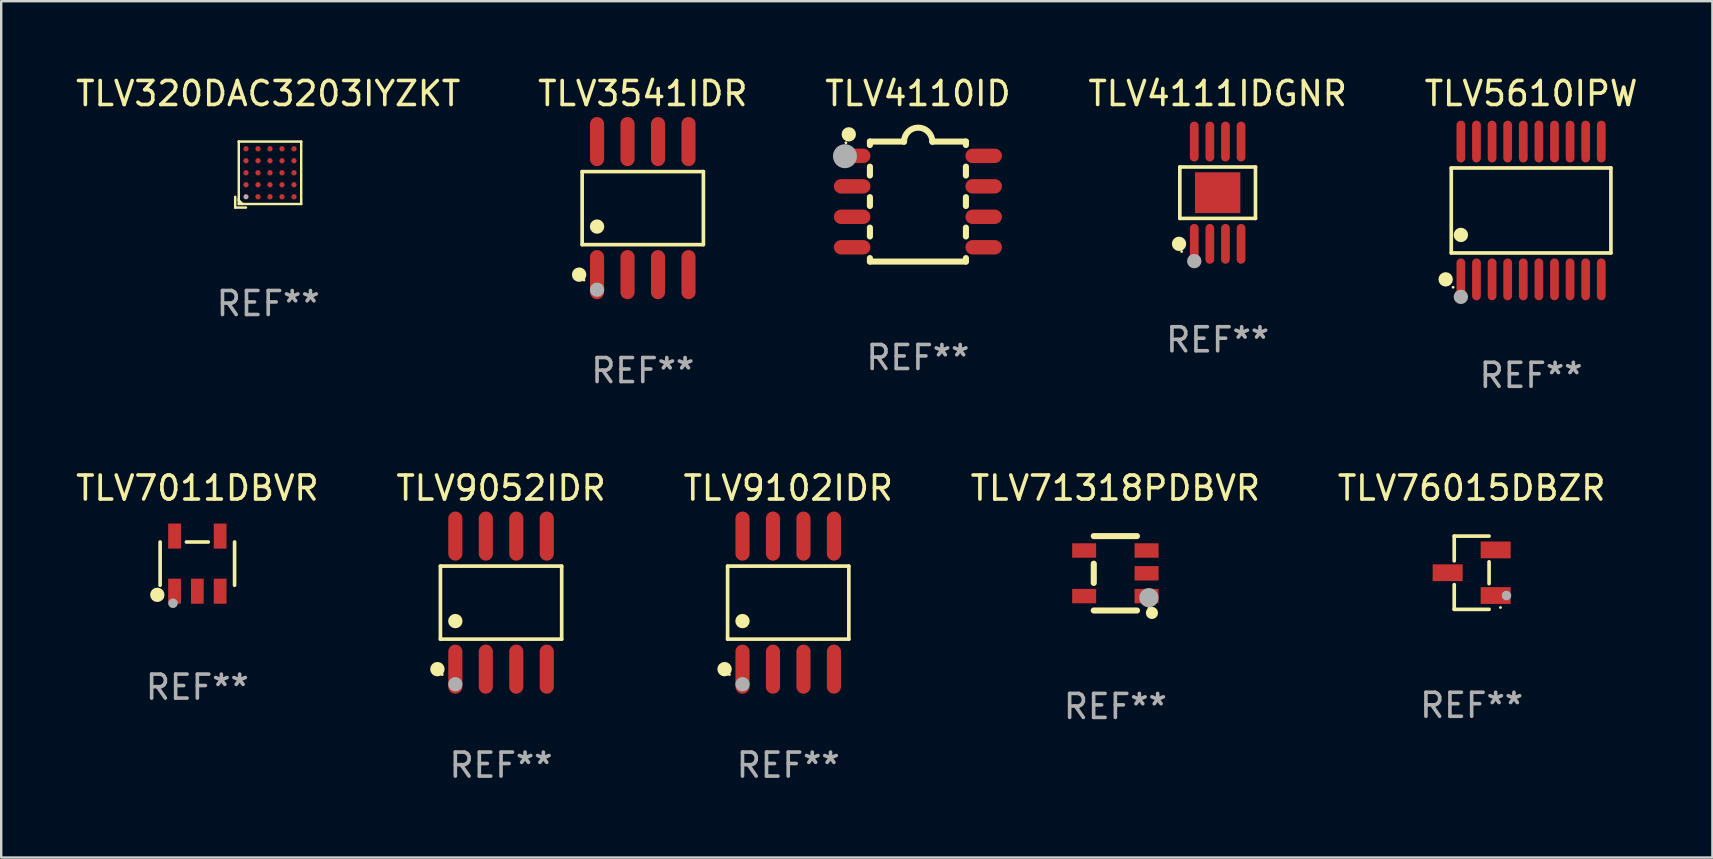
<source format=kicad_pcb>
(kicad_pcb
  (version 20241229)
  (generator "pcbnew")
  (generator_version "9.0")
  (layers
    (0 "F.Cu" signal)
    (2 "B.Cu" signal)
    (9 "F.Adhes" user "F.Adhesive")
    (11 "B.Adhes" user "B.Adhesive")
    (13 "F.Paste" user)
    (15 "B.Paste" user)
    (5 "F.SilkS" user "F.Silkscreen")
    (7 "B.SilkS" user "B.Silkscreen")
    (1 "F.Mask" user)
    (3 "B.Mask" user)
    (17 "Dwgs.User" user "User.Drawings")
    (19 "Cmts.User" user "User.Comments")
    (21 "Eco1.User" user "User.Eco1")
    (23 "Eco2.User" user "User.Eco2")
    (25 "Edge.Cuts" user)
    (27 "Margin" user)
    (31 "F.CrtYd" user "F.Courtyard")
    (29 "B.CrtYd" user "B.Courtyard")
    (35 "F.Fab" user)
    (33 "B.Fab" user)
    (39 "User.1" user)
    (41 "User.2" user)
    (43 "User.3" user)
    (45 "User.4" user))
  (footprint "TLV76015DBZR"
    (layer "F.Cu")
    (at 58.268 20.813)
    (property "Reference" "TLV76015DBZR" (at 0 -3.526 0) (layer "F.SilkS") (effects (font (size 1 1) (thickness 0.15))))
    (attr through_hole)
    (fp_line (start -0.726 -1.526) (end -0.726 -0.495) (stroke (width 0.152) (type solid)) (layer "F.SilkS"))
    (fp_line (start -0.726 1.526) (end -0.726 0.495) (stroke (width 0.152) (type solid)) (layer "F.SilkS"))
    (fp_line (start 0.726 -1.526) (end -0.726 -1.526) (stroke (width 0.152) (type solid)) (layer "F.SilkS"))
    (fp_line (start 0.726 -0.455) (end 0.726 0.455) (stroke (width 0.152) (type solid)) (layer "F.SilkS"))
    (fp_line (start 0.726 1.526) (end -0.726 1.526) (stroke (width 0.152) (type solid)) (layer "F.SilkS"))
    (fp_circle (center 1.2 1.45) (end 1.23 1.45) (stroke (width 0.06) (type solid)) (fill no) (layer "F.SilkS"))
    (fp_circle (center 1.45 0.95) (end 1.55 0.95) (stroke (width 0.2) (type solid)) (fill no) (layer "F.Fab"))
    (fp_text user "REF**" (at 0 5.526 0) (layer "F.Fab") (effects (font (size 1 1) (thickness 0.15))))
    (pad "1" smd rect (at 1 0.95) (size 1.25 0.7) (layers "F.Cu" "F.Mask" "F.Paste"))
    (pad "2" smd rect (at 1 -0.95) (size 1.25 0.7) (layers "F.Cu" "F.Mask" "F.Paste"))
    (pad "3" smd rect (at -1 0) (size 1.25 0.7) (layers "F.Cu" "F.Mask" "F.Paste")))
  (footprint "TLV5610IPW"
    (layer "F.Cu")
    (at 60.744 5.719)
    (property "Reference" "TLV5610IPW" (at 0 -4.871 0) (layer "F.SilkS") (effects (font (size 1 1) (thickness 0.15))))
    (attr through_hole)
    (fp_line (start -3.326 -1.771) (end 3.326 -1.771) (stroke (width 0.152) (type solid)) (layer "F.SilkS"))
    (fp_line (start -3.326 1.771) (end -3.326 -1.771) (stroke (width 0.152) (type solid)) (layer "F.SilkS"))
    (fp_line (start 3.326 -1.771) (end 3.326 1.771) (stroke (width 0.152) (type solid)) (layer "F.SilkS"))
    (fp_line (start 3.326 1.771) (end -3.326 1.771) (stroke (width 0.152) (type solid)) (layer "F.SilkS"))
    (fp_circle (center -3.559 2.871) (end -3.409 2.871) (stroke (width 0.3) (type solid)) (fill no) (layer "F.SilkS"))
    (fp_circle (center -3.25 3.2) (end -3.22 3.2) (stroke (width 0.06) (type solid)) (fill no) (layer "F.SilkS"))
    (fp_circle (center -2.925 1.019) (end -2.775 1.019) (stroke (width 0.3) (type solid)) (fill no) (layer "F.SilkS"))
    (fp_circle (center -2.925 3.6) (end -2.775 3.6) (stroke (width 0.3) (type solid)) (fill no) (layer "F.Fab"))
    (fp_text user "REF**" (at 0 6.871 0) (layer "F.Fab") (effects (font (size 1 1) (thickness 0.15))))
    (pad "1" smd oval (at -2.925 2.871) (size 0.364 1.742) (layers "F.Cu" "F.Mask" "F.Paste"))
    (pad "2" smd oval (at -2.275 2.871) (size 0.364 1.742) (layers "F.Cu" "F.Mask" "F.Paste"))
    (pad "3" smd oval (at -1.625 2.871) (size 0.364 1.742) (layers "F.Cu" "F.Mask" "F.Paste"))
    (pad "4" smd oval (at -0.975 2.871) (size 0.364 1.742) (layers "F.Cu" "F.Mask" "F.Paste"))
    (pad "5" smd oval (at -0.325 2.871) (size 0.364 1.742) (layers "F.Cu" "F.Mask" "F.Paste"))
    (pad "6" smd oval (at 0.325 2.871) (size 0.364 1.742) (layers "F.Cu" "F.Mask" "F.Paste"))
    (pad "7" smd oval (at 0.975 2.871) (size 0.364 1.742) (layers "F.Cu" "F.Mask" "F.Paste"))
    (pad "8" smd oval (at 1.625 2.871) (size 0.364 1.742) (layers "F.Cu" "F.Mask" "F.Paste"))
    (pad "9" smd oval (at 2.275 2.871) (size 0.364 1.742) (layers "F.Cu" "F.Mask" "F.Paste"))
    (pad "10" smd oval (at 2.925 2.871) (size 0.364 1.742) (layers "F.Cu" "F.Mask" "F.Paste"))
    (pad "11" smd oval (at 2.925 -2.871) (size 0.364 1.742) (layers "F.Cu" "F.Mask" "F.Paste"))
    (pad "12" smd oval (at 2.275 -2.871) (size 0.364 1.742) (layers "F.Cu" "F.Mask" "F.Paste"))
    (pad "13" smd oval (at 1.625 -2.871) (size 0.364 1.742) (layers "F.Cu" "F.Mask" "F.Paste"))
    (pad "14" smd oval (at 0.975 -2.871) (size 0.364 1.742) (layers "F.Cu" "F.Mask" "F.Paste"))
    (pad "15" smd oval (at 0.325 -2.871) (size 0.364 1.742) (layers "F.Cu" "F.Mask" "F.Paste"))
    (pad "16" smd oval (at -0.325 -2.871) (size 0.364 1.742) (layers "F.Cu" "F.Mask" "F.Paste"))
    (pad "17" smd oval (at -0.975 -2.871) (size 0.364 1.742) (layers "F.Cu" "F.Mask" "F.Paste"))
    (pad "18" smd oval (at -1.625 -2.871) (size 0.364 1.742) (layers "F.Cu" "F.Mask" "F.Paste"))
    (pad "19" smd oval (at -2.275 -2.871) (size 0.364 1.742) (layers "F.Cu" "F.Mask" "F.Paste"))
    (pad "20" smd oval (at -2.925 -2.871) (size 0.364 1.742) (layers "F.Cu" "F.Mask" "F.Paste")))
  (footprint "TLV3541IDR"
    (layer "F.Cu")
    (at 23.732 5.621)
    (property "Reference" "TLV3541IDR" (at 0 -4.772 0) (layer "F.SilkS") (effects (font (size 1 1) (thickness 0.15))))
    (attr through_hole)
    (fp_line (start -2.526 -1.521) (end 2.526 -1.521) (stroke (width 0.152) (type solid)) (layer "F.SilkS"))
    (fp_line (start -2.526 1.521) (end -2.526 -1.521) (stroke (width 0.152) (type solid)) (layer "F.SilkS"))
    (fp_line (start 2.526 -1.521) (end 2.526 1.521) (stroke (width 0.152) (type solid)) (layer "F.SilkS"))
    (fp_line (start 2.526 1.521) (end -2.526 1.521) (stroke (width 0.152) (type solid)) (layer "F.SilkS"))
    (fp_circle (center -2.652 2.772) (end -2.501 2.772) (stroke (width 0.3) (type solid)) (fill no) (layer "F.SilkS"))
    (fp_circle (center -2.45 3) (end -2.42 3) (stroke (width 0.06) (type solid)) (fill no) (layer "F.SilkS"))
    (fp_circle (center -1.905 0.769) (end -1.755 0.769) (stroke (width 0.3) (type solid)) (fill no) (layer "F.SilkS"))
    (fp_circle (center -1.905 3.4) (end -1.755 3.4) (stroke (width 0.3) (type solid)) (fill no) (layer "F.Fab"))
    (fp_text user "REF**" (at 0 6.772 0) (layer "F.Fab") (effects (font (size 1 1) (thickness 0.15))))
    (pad "1" smd oval (at -1.905 2.772) (size 0.588 2.045) (layers "F.Cu" "F.Mask" "F.Paste"))
    (pad "2" smd oval (at -0.635 2.772) (size 0.588 2.045) (layers "F.Cu" "F.Mask" "F.Paste"))
    (pad "3" smd oval (at 0.635 2.772) (size 0.588 2.045) (layers "F.Cu" "F.Mask" "F.Paste"))
    (pad "4" smd oval (at 1.905 2.772) (size 0.588 2.045) (layers "F.Cu" "F.Mask" "F.Paste"))
    (pad "5" smd oval (at 1.905 -2.772) (size 0.588 2.045) (layers "F.Cu" "F.Mask" "F.Paste"))
    (pad "6" smd oval (at 0.635 -2.772) (size 0.588 2.045) (layers "F.Cu" "F.Mask" "F.Paste"))
    (pad "7" smd oval (at -0.635 -2.772) (size 0.588 2.045) (layers "F.Cu" "F.Mask" "F.Paste"))
    (pad "8" smd oval (at -1.905 -2.772) (size 0.588 2.045) (layers "F.Cu" "F.Mask" "F.Paste")))
  (footprint "TLV320DAC3203IYZKT"
    (layer "F.Cu")
    (at 8.125 4.224)
    (property "Reference" "TLV320DAC3203IYZKT" (at 0 -3.375 0) (layer "F.SilkS") (effects (font (size 1 1) (thickness 0.15))))
    (attr through_hole)
    (fp_line (start -1.375 0.925) (end -1.375 1.375) (stroke (width 0.102) (type solid)) (layer "F.SilkS"))
    (fp_line (start -1.375 1.375) (end -0.925 1.375) (stroke (width 0.102) (type solid)) (layer "F.SilkS"))
    (fp_line (start -1.226 -1.375) (end -1.226 -1.375) (stroke (width 0.102) (type solid)) (layer "F.SilkS"))
    (fp_line (start -1.226 -1.375) (end 1.375 -1.375) (stroke (width 0.102) (type solid)) (layer "F.SilkS"))
    (fp_line (start -1.226 1.002) (end -1.226 1.073) (stroke (width 0.102) (type solid)) (layer "F.SilkS"))
    (fp_line (start -1.226 1.073) (end -1.073 1.226) (stroke (width 0.102) (type solid)) (layer "F.SilkS"))
    (fp_line (start -1.226 1.226) (end -1.226 -1.375) (stroke (width 0.102) (type solid)) (layer "F.SilkS"))
    (fp_line (start 1.375 -1.375) (end 1.375 1.226) (stroke (width 0.102) (type solid)) (layer "F.SilkS"))
    (fp_line (start 1.375 1.226) (end -1.226 1.226) (stroke (width 0.102) (type solid)) (layer "F.SilkS"))
    (fp_circle (center -1.175 1.176) (end -1.145 1.176) (stroke (width 0.06) (type solid)) (fill no) (layer "F.SilkS"))
    (fp_circle (center -0.925 0.925) (end -0.875 0.925) (stroke (width 0.1) (type solid)) (fill no) (layer "F.Fab"))
    (fp_text user "REF**" (at 0 5.375 0) (layer "F.Fab") (effects (font (size 1 1) (thickness 0.15))))
    (pad "A1" smd circle (at -0.925 0.925) (size 0.22 0.22) (layers "F.Cu" "F.Mask" "F.Paste"))
    (pad "A2" smd circle (at -0.925 0.425) (size 0.22 0.22) (layers "F.Cu" "F.Mask" "F.Paste"))
    (pad "A3" smd circle (at -0.925 -0.075) (size 0.22 0.22) (layers "F.Cu" "F.Mask" "F.Paste"))
    (pad "A4" smd circle (at -0.925 -0.575) (size 0.22 0.22) (layers "F.Cu" "F.Mask" "F.Paste"))
    (pad "A5" smd circle (at -0.925 -1.075) (size 0.22 0.22) (layers "F.Cu" "F.Mask" "F.Paste"))
    (pad "B1" smd circle (at -0.425 0.925) (size 0.22 0.22) (layers "F.Cu" "F.Mask" "F.Paste"))
    (pad "B2" smd circle (at -0.425 0.425) (size 0.22 0.22) (layers "F.Cu" "F.Mask" "F.Paste"))
    (pad "B3" smd circle (at -0.425 -0.075) (size 0.22 0.22) (layers "F.Cu" "F.Mask" "F.Paste"))
    (pad "B4" smd circle (at -0.425 -0.575) (size 0.22 0.22) (layers "F.Cu" "F.Mask" "F.Paste"))
    (pad "B5" smd circle (at -0.425 -1.075) (size 0.22 0.22) (layers "F.Cu" "F.Mask" "F.Paste"))
    (pad "C1" smd circle (at 0.075 0.925) (size 0.22 0.22) (layers "F.Cu" "F.Mask" "F.Paste"))
    (pad "C2" smd circle (at 0.075 0.425) (size 0.22 0.22) (layers "F.Cu" "F.Mask" "F.Paste"))
    (pad "C3" smd circle (at 0.075 -0.075) (size 0.22 0.22) (layers "F.Cu" "F.Mask" "F.Paste"))
    (pad "C4" smd circle (at 0.075 -0.575) (size 0.22 0.22) (layers "F.Cu" "F.Mask" "F.Paste"))
    (pad "C5" smd circle (at 0.075 -1.075) (size 0.22 0.22) (layers "F.Cu" "F.Mask" "F.Paste"))
    (pad "D1" smd circle (at 0.575 0.925) (size 0.22 0.22) (layers "F.Cu" "F.Mask" "F.Paste"))
    (pad "D2" smd circle (at 0.575 0.425) (size 0.22 0.22) (layers "F.Cu" "F.Mask" "F.Paste"))
    (pad "D3" smd circle (at 0.575 -0.075) (size 0.22 0.22) (layers "F.Cu" "F.Mask" "F.Paste"))
    (pad "D4" smd circle (at 0.575 -0.575) (size 0.22 0.22) (layers "F.Cu" "F.Mask" "F.Paste"))
    (pad "D5" smd circle (at 0.575 -1.075) (size 0.22 0.22) (layers "F.Cu" "F.Mask" "F.Paste"))
    (pad "E1" smd circle (at 1.075 0.925) (size 0.22 0.22) (layers "F.Cu" "F.Mask" "F.Paste"))
    (pad "E2" smd circle (at 1.075 0.425) (size 0.22 0.22) (layers "F.Cu" "F.Mask" "F.Paste"))
    (pad "E3" smd circle (at 1.075 -0.075) (size 0.22 0.22) (layers "F.Cu" "F.Mask" "F.Paste"))
    (pad "E4" smd circle (at 1.075 -0.575) (size 0.22 0.22) (layers "F.Cu" "F.Mask" "F.Paste"))
    (pad "E5" smd circle (at 1.075 -1.075) (size 0.22 0.22) (layers "F.Cu" "F.Mask" "F.Paste")))
  (footprint "TLV9052IDR"
    (layer "F.Cu")
    (at 17.827 22.059)
    (property "Reference" "TLV9052IDR" (at 0 -4.772 0) (layer "F.SilkS") (effects (font (size 1 1) (thickness 0.15))))
    (attr through_hole)
    (fp_line (start -2.526 -1.521) (end 2.526 -1.521) (stroke (width 0.152) (type solid)) (layer "F.SilkS"))
    (fp_line (start -2.526 1.521) (end -2.526 -1.521) (stroke (width 0.152) (type solid)) (layer "F.SilkS"))
    (fp_line (start 2.526 -1.521) (end 2.526 1.521) (stroke (width 0.152) (type solid)) (layer "F.SilkS"))
    (fp_line (start 2.526 1.521) (end -2.526 1.521) (stroke (width 0.152) (type solid)) (layer "F.SilkS"))
    (fp_circle (center -2.652 2.772) (end -2.501 2.772) (stroke (width 0.3) (type solid)) (fill no) (layer "F.SilkS"))
    (fp_circle (center -2.45 3) (end -2.42 3) (stroke (width 0.06) (type solid)) (fill no) (layer "F.SilkS"))
    (fp_circle (center -1.905 0.769) (end -1.755 0.769) (stroke (width 0.3) (type solid)) (fill no) (layer "F.SilkS"))
    (fp_circle (center -1.905 3.4) (end -1.755 3.4) (stroke (width 0.3) (type solid)) (fill no) (layer "F.Fab"))
    (fp_text user "REF**" (at 0 6.772 0) (layer "F.Fab") (effects (font (size 1 1) (thickness 0.15))))
    (pad "1" smd oval (at -1.905 2.772) (size 0.588 2.045) (layers "F.Cu" "F.Mask" "F.Paste"))
    (pad "2" smd oval (at -0.635 2.772) (size 0.588 2.045) (layers "F.Cu" "F.Mask" "F.Paste"))
    (pad "3" smd oval (at 0.635 2.772) (size 0.588 2.045) (layers "F.Cu" "F.Mask" "F.Paste"))
    (pad "4" smd oval (at 1.905 2.772) (size 0.588 2.045) (layers "F.Cu" "F.Mask" "F.Paste"))
    (pad "5" smd oval (at 1.905 -2.772) (size 0.588 2.045) (layers "F.Cu" "F.Mask" "F.Paste"))
    (pad "6" smd oval (at 0.635 -2.772) (size 0.588 2.045) (layers "F.Cu" "F.Mask" "F.Paste"))
    (pad "7" smd oval (at -0.635 -2.772) (size 0.588 2.045) (layers "F.Cu" "F.Mask" "F.Paste"))
    (pad "8" smd oval (at -1.905 -2.772) (size 0.588 2.045) (layers "F.Cu" "F.Mask" "F.Paste")))
  (footprint "TLV4110ID"
    (layer "F.Cu")
    (at 35.196 5.348)
    (property "Reference" "TLV4110ID" (at 0 -4.5 0) (layer "F.SilkS") (effects (font (size 1 1) (thickness 0.15))))
    (attr through_hole)
    (fp_line (start -2 -2.5) (end -2 -2.356) (stroke (width 0.254) (type solid)) (layer "F.SilkS"))
    (fp_line (start -2 -1.454) (end -2 -1.086) (stroke (width 0.254) (type solid)) (layer "F.SilkS"))
    (fp_line (start -2 -0.184) (end -2 0.184) (stroke (width 0.254) (type solid)) (layer "F.SilkS"))
    (fp_line (start -2 1.086) (end -2 1.454) (stroke (width 0.254) (type solid)) (layer "F.SilkS"))
    (fp_line (start -2 2.356) (end -2 2.5) (stroke (width 0.254) (type solid)) (layer "F.SilkS"))
    (fp_line (start -0.58 -2.5) (end -2 -2.5) (stroke (width 0.254) (type solid)) (layer "F.SilkS"))
    (fp_line (start 2 -2.5) (end 0.6 -2.5) (stroke (width 0.254) (type solid)) (layer "F.SilkS"))
    (fp_line (start 2 -2.5) (end 2 -2.356) (stroke (width 0.254) (type solid)) (layer "F.SilkS"))
    (fp_line (start 2 -1.454) (end 2 -1.086) (stroke (width 0.254) (type solid)) (layer "F.SilkS"))
    (fp_line (start 2 -0.184) (end 2 0.184) (stroke (width 0.254) (type solid)) (layer "F.SilkS"))
    (fp_line (start 2 1.086) (end 2 1.454) (stroke (width 0.254) (type solid)) (layer "F.SilkS"))
    (fp_line (start 2 2.356) (end 2 2.5) (stroke (width 0.254) (type solid)) (layer "F.SilkS"))
    (fp_line (start 2 2.5) (end -2 2.5) (stroke (width 0.254) (type solid)) (layer "F.SilkS"))
    (fp_arc (start -0.579908 -2.489992) (mid 0.010097 -3.07831) (end 0.600102 -2.489992) (stroke (width 0.254001) (type solid)) (layer "F.SilkS"))
    (fp_circle (center -3 -2.45) (end -2.97 -2.45) (stroke (width 0.06) (type solid)) (fill no) (layer "F.SilkS"))
    (fp_circle (center -2.88 -2.8) (end -2.73 -2.8) (stroke (width 0.3) (type solid)) (fill no) (layer "F.SilkS"))
    (fp_circle (center -3.04 -1.89) (end -2.79 -1.89) (stroke (width 0.5) (type solid)) (fill no) (layer "F.Fab"))
    (fp_text user "REF**" (at 0 6.5 0) (layer "F.Fab") (effects (font (size 1 1) (thickness 0.15))))
    (pad "1" smd oval (at -2.74 -1.905 90) (size 0.6 1.52) (layers "F.Cu" "F.Mask" "F.Paste"))
    (pad "2" smd oval (at -2.74 -0.635 90) (size 0.6 1.52) (layers "F.Cu" "F.Mask" "F.Paste"))
    (pad "3" smd oval (at -2.74 0.635 90) (size 0.6 1.52) (layers "F.Cu" "F.Mask" "F.Paste"))
    (pad "4" smd oval (at -2.74 1.905 90) (size 0.6 1.52) (layers "F.Cu" "F.Mask" "F.Paste"))
    (pad "5" smd oval (at 2.74 1.905 90) (size 0.6 1.52) (layers "F.Cu" "F.Mask" "F.Paste"))
    (pad "6" smd oval (at 2.74 0.635 90) (size 0.6 1.52) (layers "F.Cu" "F.Mask" "F.Paste"))
    (pad "7" smd oval (at 2.74 -0.635 90) (size 0.6 1.52) (layers "F.Cu" "F.Mask" "F.Paste"))
    (pad "8" smd oval (at 2.74 -1.905 90) (size 0.6 1.52) (layers "F.Cu" "F.Mask" "F.Paste")))
  (footprint "TLV9102IDR"
    (layer "F.Cu")
    (at 29.792 22.059)
    (property "Reference" "TLV9102IDR" (at 0 -4.772 0) (layer "F.SilkS") (effects (font (size 1 1) (thickness 0.15))))
    (attr through_hole)
    (fp_line (start -2.526 -1.521) (end 2.526 -1.521) (stroke (width 0.152) (type solid)) (layer "F.SilkS"))
    (fp_line (start -2.526 1.521) (end -2.526 -1.521) (stroke (width 0.152) (type solid)) (layer "F.SilkS"))
    (fp_line (start 2.526 -1.521) (end 2.526 1.521) (stroke (width 0.152) (type solid)) (layer "F.SilkS"))
    (fp_line (start 2.526 1.521) (end -2.526 1.521) (stroke (width 0.152) (type solid)) (layer "F.SilkS"))
    (fp_circle (center -2.652 2.772) (end -2.501 2.772) (stroke (width 0.3) (type solid)) (fill no) (layer "F.SilkS"))
    (fp_circle (center -2.45 3) (end -2.42 3) (stroke (width 0.06) (type solid)) (fill no) (layer "F.SilkS"))
    (fp_circle (center -1.905 0.769) (end -1.755 0.769) (stroke (width 0.3) (type solid)) (fill no) (layer "F.SilkS"))
    (fp_circle (center -1.905 3.4) (end -1.755 3.4) (stroke (width 0.3) (type solid)) (fill no) (layer "F.Fab"))
    (fp_text user "REF**" (at 0 6.772 0) (layer "F.Fab") (effects (font (size 1 1) (thickness 0.15))))
    (pad "1" smd oval (at -1.905 2.772) (size 0.588 2.045) (layers "F.Cu" "F.Mask" "F.Paste"))
    (pad "2" smd oval (at -0.635 2.772) (size 0.588 2.045) (layers "F.Cu" "F.Mask" "F.Paste"))
    (pad "3" smd oval (at 0.635 2.772) (size 0.588 2.045) (layers "F.Cu" "F.Mask" "F.Paste"))
    (pad "4" smd oval (at 1.905 2.772) (size 0.588 2.045) (layers "F.Cu" "F.Mask" "F.Paste"))
    (pad "5" smd oval (at 1.905 -2.772) (size 0.588 2.045) (layers "F.Cu" "F.Mask" "F.Paste"))
    (pad "6" smd oval (at 0.635 -2.772) (size 0.588 2.045) (layers "F.Cu" "F.Mask" "F.Paste"))
    (pad "7" smd oval (at -0.635 -2.772) (size 0.588 2.045) (layers "F.Cu" "F.Mask" "F.Paste"))
    (pad "8" smd oval (at -1.905 -2.772) (size 0.588 2.045) (layers "F.Cu" "F.Mask" "F.Paste")))
  (footprint "TLV4111IDGNR"
    (layer "F.Cu")
    (at 47.685 4.979)
    (property "Reference" "TLV4111IDGNR" (at 0 -4.131 0) (layer "F.SilkS") (effects (font (size 1 1) (thickness 0.15))))
    (attr through_hole)
    (fp_line (start -1.576 -1.071) (end 1.576 -1.071) (stroke (width 0.152) (type solid)) (layer "F.SilkS"))
    (fp_line (start -1.576 1.071) (end -1.576 -1.071) (stroke (width 0.152) (type solid)) (layer "F.SilkS"))
    (fp_line (start 1.576 -1.071) (end 1.576 1.071) (stroke (width 0.152) (type solid)) (layer "F.SilkS"))
    (fp_line (start 1.576 1.071) (end -1.576 1.071) (stroke (width 0.152) (type solid)) (layer "F.SilkS"))
    (fp_circle (center -1.609 2.131) (end -1.459 2.131) (stroke (width 0.3) (type solid)) (fill no) (layer "F.SilkS"))
    (fp_circle (center -1.5 2.45) (end -1.47 2.45) (stroke (width 0.06) (type solid)) (fill no) (layer "F.SilkS"))
    (fp_circle (center -0.975 2.85) (end -0.825 2.85) (stroke (width 0.3) (type solid)) (fill no) (layer "F.Fab"))
    (fp_text user "REF**" (at 0 6.131 0) (layer "F.Fab") (effects (font (size 1 1) (thickness 0.15))))
    (pad "1" smd oval (at -0.975 2.131) (size 0.364 1.662) (layers "F.Cu" "F.Mask" "F.Paste"))
    (pad "2" smd oval (at -0.325 2.131) (size 0.364 1.662) (layers "F.Cu" "F.Mask" "F.Paste"))
    (pad "3" smd oval (at 0.325 2.131) (size 0.364 1.662) (layers "F.Cu" "F.Mask" "F.Paste"))
    (pad "4" smd oval (at 0.975 2.131) (size 0.364 1.662) (layers "F.Cu" "F.Mask" "F.Paste"))
    (pad "5" smd oval (at 0.975 -2.131) (size 0.364 1.662) (layers "F.Cu" "F.Mask" "F.Paste"))
    (pad "6" smd oval (at 0.325 -2.131) (size 0.364 1.662) (layers "F.Cu" "F.Mask" "F.Paste"))
    (pad "7" smd oval (at -0.325 -2.131) (size 0.364 1.662) (layers "F.Cu" "F.Mask" "F.Paste"))
    (pad "8" smd oval (at -0.975 -2.131) (size 0.364 1.662) (layers "F.Cu" "F.Mask" "F.Paste"))
    (pad "9" smd rect (at 0 0) (size 1.89 1.7) (layers "F.Cu" "F.Mask" "F.Paste")))
  (footprint "TLV7011DBVR"
    (layer "F.Cu")
    (at 5.173 20.434)
    (property "Reference" "TLV7011DBVR" (at 0 -3.148 0) (layer "F.SilkS") (effects (font (size 1 1) (thickness 0.15))))
    (attr through_hole)
    (fp_line (start -1.551 0.901) (end -1.551 -0.901) (stroke (width 0.152) (type solid)) (layer "F.SilkS"))
    (fp_line (start 0.455 -0.901) (end -0.455 -0.901) (stroke (width 0.152) (type solid)) (layer "F.SilkS"))
    (fp_line (start 1.551 0.901) (end 1.551 -0.901) (stroke (width 0.152) (type solid)) (layer "F.SilkS"))
    (fp_circle (center -1.668 1.3) (end -1.518 1.3) (stroke (width 0.3) (type solid)) (fill no) (layer "F.SilkS"))
    (fp_circle (center -1.45 1.4) (end -1.42 1.4) (stroke (width 0.06) (type solid)) (fill no) (layer "F.SilkS"))
    (fp_circle (center -1.016 1.651) (end -0.916 1.651) (stroke (width 0.2) (type solid)) (fill no) (layer "F.Fab"))
    (fp_text user "REF**" (at 0 5.148 0) (layer "F.Fab") (effects (font (size 1 1) (thickness 0.15))))
    (pad "1" smd rect (at -0.95 1.148) (size 0.532 1.045) (layers "F.Cu" "F.Mask" "F.Paste"))
    (pad "2" smd rect (at 0 1.148) (size 0.532 1.045) (layers "F.Cu" "F.Mask" "F.Paste"))
    (pad "3" smd rect (at 0.95 1.148) (size 0.532 1.045) (layers "F.Cu" "F.Mask" "F.Paste"))
    (pad "4" smd rect (at 0.95 -1.148) (size 0.532 1.045) (layers "F.Cu" "F.Mask" "F.Paste"))
    (pad "5" smd rect (at -0.95 -1.148) (size 0.532 1.045) (layers "F.Cu" "F.Mask" "F.Paste")))
  (footprint "TLV71318PDBVR"
    (layer "F.Cu")
    (at 43.423 20.837)
    (property "Reference" "TLV71318PDBVR" (at 0 -3.55 0) (layer "F.SilkS") (effects (font (size 1 1) (thickness 0.15))))
    (attr through_hole)
    (fp_line (start -0.9 -1.55) (end 0.9 -1.55) (stroke (width 0.254) (type solid)) (layer "F.SilkS"))
    (fp_line (start -0.9 0.4) (end -0.9 -0.4) (stroke (width 0.254) (type solid)) (layer "F.SilkS"))
    (fp_line (start -0.9 1.55) (end 0.9 1.55) (stroke (width 0.254) (type solid)) (layer "F.SilkS"))
    (fp_circle (center 1.4 1.45) (end 1.43 1.45) (stroke (width 0.06) (type solid)) (fill no) (layer "F.SilkS"))
    (fp_circle (center 1.524 1.651) (end 1.651 1.651) (stroke (width 0.254) (type solid)) (fill no) (layer "F.SilkS"))
    (fp_circle (center 1.397 1.016) (end 1.597 1.016) (stroke (width 0.4) (type solid)) (fill no) (layer "F.Fab"))
    (fp_text user "REF**" (at 0 5.55 0) (layer "F.Fab") (effects (font (size 1 1) (thickness 0.15))))
    (pad "1" smd rect (at 1.3 0.95) (size 1 0.6) (layers "F.Cu" "F.Mask" "F.Paste"))
    (pad "2" smd rect (at 1.3 -0.000051) (size 1 0.6) (layers "F.Cu" "F.Mask" "F.Paste"))
    (pad "3" smd rect (at 1.3 -0.95) (size 1 0.6) (layers "F.Cu" "F.Mask" "F.Paste"))
    (pad "4" smd rect (at -1.3 -0.95) (size 1 0.6) (layers "F.Cu" "F.Mask" "F.Paste"))
    (pad "5" smd rect (at -1.3 0.95) (size 1 0.6) (layers "F.Cu" "F.Mask" "F.Paste")))
  (gr_rect
    (start -3 -3)
    (end 68.298 32.68)
    (stroke (width 0.1) (type default))
    (fill no)
    (layer "Edge.Cuts")))
</source>
